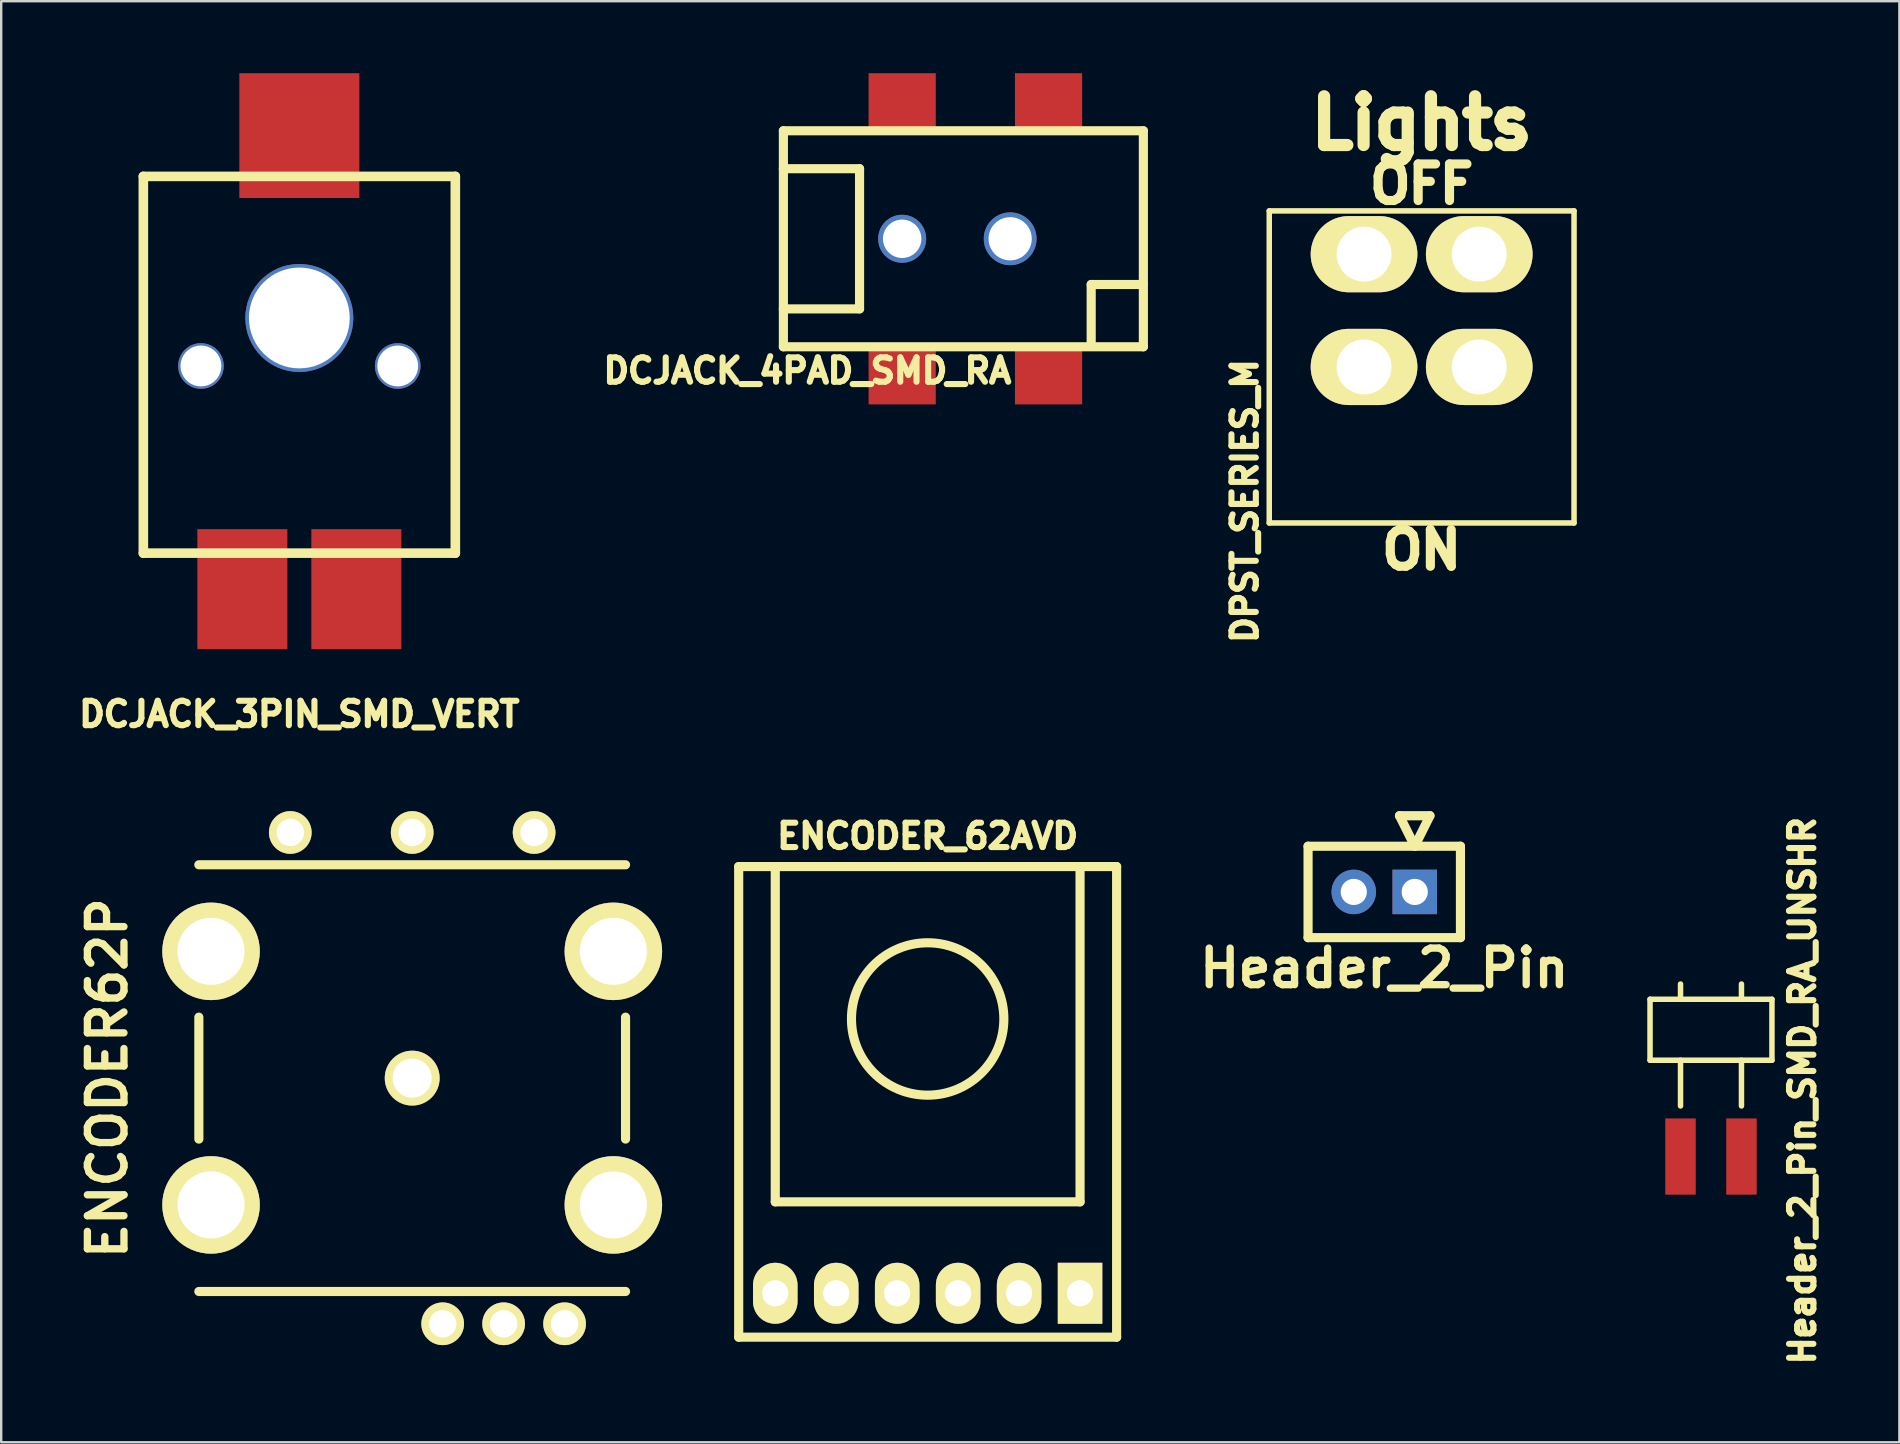
<source format=kicad_pcb>
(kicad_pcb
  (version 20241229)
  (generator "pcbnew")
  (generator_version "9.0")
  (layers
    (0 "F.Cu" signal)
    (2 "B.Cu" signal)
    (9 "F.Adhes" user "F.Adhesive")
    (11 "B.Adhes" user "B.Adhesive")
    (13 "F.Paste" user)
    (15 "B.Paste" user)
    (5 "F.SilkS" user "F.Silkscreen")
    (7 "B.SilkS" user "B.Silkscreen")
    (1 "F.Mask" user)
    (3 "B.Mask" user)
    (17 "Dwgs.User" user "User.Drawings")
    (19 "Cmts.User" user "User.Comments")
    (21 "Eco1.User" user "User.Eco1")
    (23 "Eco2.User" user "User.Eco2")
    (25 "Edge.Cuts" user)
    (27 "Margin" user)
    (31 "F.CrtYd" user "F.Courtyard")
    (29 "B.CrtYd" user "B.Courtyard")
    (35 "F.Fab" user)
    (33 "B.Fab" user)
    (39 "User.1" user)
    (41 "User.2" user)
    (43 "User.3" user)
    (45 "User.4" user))
  (footprint "DPST_SERIES_M"
    (layer "F.Cu")
    (at 56.189 12.24)
    (property "Reference" "DPST_SERIES_M" (at -7.366 5.588 90) (layer "F.SilkS") (effects (font (size 1.016 1.016) (thickness 0.254))))
    (attr through_hole)
    (fp_line (start -6.35 -6.502) (end -6.35 6.502) (stroke (width 0.229) (type solid)) (layer "F.SilkS"))
    (fp_line (start -6.35 6.502) (end 6.35 6.502) (stroke (width 0.229) (type solid)) (layer "F.SilkS"))
    (fp_line (start 6.35 -6.502) (end -6.35 -6.502) (stroke (width 0.229) (type solid)) (layer "F.SilkS"))
    (fp_line (start 6.35 6.502) (end 6.35 -6.502) (stroke (width 0.229) (type solid)) (layer "F.SilkS"))
    (fp_text user "OFF" (at 0 -7.62 0) (layer "F.SilkS") (effects (font (size 1.524 1.524) (thickness 0.381))))
    (fp_text user "Lights" (at 0 -10.16 0) (layer "F.SilkS") (effects (font (size 2.032 2.032) (thickness 0.508))))
    (fp_text user "ON" (at 0 7.62 0) (layer "F.SilkS") (effects (font (size 1.524 1.524) (thickness 0.381))))
    (pad "2" thru_hole oval (at -2.4 0) (size 4.445 3.175) (drill 2.286) (layers "*.Cu" "*.Mask" "F.SilkS"))
    (pad "3" thru_hole oval (at -2.4 -4.699) (size 4.445 3.175) (drill 2.286) (layers "*.Cu" "*.Mask" "F.SilkS"))
    (pad "5" thru_hole oval (at 2.4 0) (size 4.445 3.175) (drill 2.286) (layers "*.Cu" "*.Mask" "F.SilkS"))
    (pad "6" thru_hole oval (at 2.4 -4.699) (size 4.445 3.175) (drill 2.286) (layers "*.Cu" "*.Mask" "F.SilkS")))
  (footprint "Header_2_Pin_SMD_RA_UNSHR"
    (layer "F.Cu")
    (at 68.246 39.859)
    (property "Reference" "Header_2_Pin_SMD_RA_UNSHR" (at 3.81 2.54 90) (layer "F.SilkS") (effects (font (size 1.016 1.016) (thickness 0.254))))
    (attr through_hole)
    (fp_line (start -2.54 -1.27) (end -2.54 1.27) (stroke (width 0.229) (type solid)) (layer "F.SilkS"))
    (fp_line (start -2.54 1.27) (end 2.54 1.27) (stroke (width 0.229) (type solid)) (layer "F.SilkS"))
    (fp_line (start -1.27 -1.905) (end -1.27 -1.27) (stroke (width 0.229) (type solid)) (layer "F.SilkS"))
    (fp_line (start -1.27 1.27) (end -1.27 3.175) (stroke (width 0.229) (type solid)) (layer "F.SilkS"))
    (fp_line (start 1.27 -1.905) (end 1.27 -1.27) (stroke (width 0.229) (type solid)) (layer "F.SilkS"))
    (fp_line (start 1.27 1.27) (end 1.27 3.175) (stroke (width 0.229) (type solid)) (layer "F.SilkS"))
    (fp_line (start 2.54 -1.27) (end -2.54 -1.27) (stroke (width 0.229) (type solid)) (layer "F.SilkS"))
    (fp_line (start 2.54 1.27) (end 2.54 -1.27) (stroke (width 0.229) (type solid)) (layer "F.SilkS"))
    (pad "1" smd rect (at -1.27 5.283) (size 1.27 3.175) (layers "F.Cu" "F.Mask" "F.Paste"))
    (pad "2" smd rect (at 1.27 5.283) (size 1.27 3.175) (layers "F.Cu" "F.Mask" "F.Paste")))
  (footprint "DCJACK_3PIN_SMD_VERT"
    (layer "F.Cu")
    (at 9.423 10.2)
    (property "Reference" "DCJACK_3PIN_SMD_VERT" (at 0 16.51 0) (layer "F.SilkS") (effects (font (size 1.016 1.016) (thickness 0.254))))
    (attr through_hole)
    (fp_line (start -6.5 -5.9) (end -6.5 9.8) (stroke (width 0.4) (type solid)) (layer "F.SilkS"))
    (fp_line (start -6.5 -5.9) (end 6.5 -5.9) (stroke (width 0.4) (type solid)) (layer "F.SilkS"))
    (fp_line (start -6.5 9.8) (end 6.5 9.8) (stroke (width 0.4) (type solid)) (layer "F.SilkS"))
    (fp_line (start 6.5 -5.9) (end 6.5 9.8) (stroke (width 0.4) (type solid)) (layer "F.SilkS"))
    (pad "" thru_hole circle (at -4.1 2) (size 1.9 1.9) (drill 1.7) (layers "*.Cu" "*.Mask"))
    (pad "" thru_hole circle (at 0 0) (size 4.5 4.5) (drill 4.2) (layers "*.Cu" "*.Mask"))
    (pad "" thru_hole circle (at 4.1 2) (size 1.9 1.9) (drill 1.7) (layers "*.Cu" "*.Mask"))
    (pad "1" smd rect (at 0 -7.6) (size 5 5.2) (layers "F.Cu" "F.Mask" "F.Paste"))
    (pad "2" smd rect (at -2.375 11.3) (size 3.75 5) (layers "F.Cu" "F.Mask" "F.Paste"))
    (pad "3" smd rect (at 2.375 11.3) (size 3.75 5) (layers "F.Cu" "F.Mask" "F.Paste")))
  (footprint "ENCODER62P"
    (layer "F.Cu")
    (at 14.126 41.875)
    (property "Reference" "ENCODER62P" (at -12.7 0 90) (layer "F.SilkS") (effects (font (size 1.524 1.524) (thickness 0.305))))
    (attr through_hole)
    (fp_line (start -8.89 -2.54) (end -8.89 2.54) (stroke (width 0.381) (type solid)) (layer "F.SilkS"))
    (fp_line (start -8.89 8.89) (end 8.89 8.89) (stroke (width 0.381) (type solid)) (layer "F.SilkS"))
    (fp_line (start 8.89 -8.89) (end -8.89 -8.89) (stroke (width 0.381) (type solid)) (layer "F.SilkS"))
    (fp_line (start 8.89 2.54) (end 8.89 -2.54) (stroke (width 0.381) (type solid)) (layer "F.SilkS"))
    (pad "" thru_hole circle (at -8.382 -5.283) (size 4.064 4.064) (drill 2.794) (layers "*.Cu" "*.Mask" "F.SilkS"))
    (pad "" thru_hole circle (at -8.382 5.283) (size 4.064 4.064) (drill 2.794) (layers "*.Cu" "*.Mask" "F.SilkS"))
    (pad "" thru_hole circle (at 0 0) (size 2.286 2.286) (drill 1.626) (layers "*.Cu" "*.Mask" "F.SilkS"))
    (pad "" thru_hole circle (at 8.382 -5.283) (size 4.064 4.064) (drill 2.794) (layers "*.Cu" "*.Mask" "F.SilkS"))
    (pad "" thru_hole circle (at 8.382 5.283) (size 4.064 4.064) (drill 2.794) (layers "*.Cu" "*.Mask" "F.SilkS"))
    (pad "1" thru_hole circle (at 6.35 10.236) (size 1.778 1.778) (drill 1.143) (layers "*.Cu" "*.Mask" "F.SilkS"))
    (pad "2" thru_hole circle (at 3.81 10.236) (size 1.778 1.778) (drill 1.143) (layers "*.Cu" "*.Mask" "F.SilkS"))
    (pad "3" thru_hole circle (at 1.27 10.236) (size 1.778 1.778) (drill 1.143) (layers "*.Cu" "*.Mask" "F.SilkS"))
    (pad "4" thru_hole circle (at 5.08 -10.236) (size 1.778 1.778) (drill 1.143) (layers "*.Cu" "*.Mask" "F.SilkS"))
    (pad "5" thru_hole circle (at 0 -10.236) (size 1.778 1.778) (drill 1.143) (layers "*.Cu" "*.Mask" "F.SilkS"))
    (pad "6" thru_hole circle (at -5.08 -10.236) (size 1.778 1.778) (drill 1.143) (layers "*.Cu" "*.Mask" "F.SilkS")))
  (footprint "ENCODER_62AVD"
    (layer "F.Cu")
    (at 35.605 39.41)
    (property "Reference" "ENCODER_62AVD" (at 0 -7.62 0) (layer "F.SilkS") (effects (font (size 1.016 1.016) (thickness 0.254))))
    (attr through_hole)
    (fp_line (start -7.874 -6.35) (end -7.874 13.259) (stroke (width 0.381) (type solid)) (layer "F.SilkS"))
    (fp_line (start -7.874 13.259) (end 7.874 13.259) (stroke (width 0.381) (type solid)) (layer "F.SilkS"))
    (fp_line (start -6.35 -6.35) (end -6.35 7.62) (stroke (width 0.381) (type solid)) (layer "F.SilkS"))
    (fp_line (start -6.35 7.62) (end 6.35 7.62) (stroke (width 0.381) (type solid)) (layer "F.SilkS"))
    (fp_line (start 6.35 7.62) (end 6.35 -6.35) (stroke (width 0.381) (type solid)) (layer "F.SilkS"))
    (fp_line (start 7.874 -6.35) (end -7.874 -6.35) (stroke (width 0.381) (type solid)) (layer "F.SilkS"))
    (fp_line (start 7.874 -6.35) (end 7.874 13.259) (stroke (width 0.381) (type solid)) (layer "F.SilkS"))
    (fp_circle (center 0 0) (end 3.175 0) (stroke (width 0.381) (type solid)) (fill no) (layer "F.SilkS"))
    (pad "1" thru_hole rect (at 6.35 11.43) (size 1.854 2.54) (drill 1.092) (layers "*.Cu" "*.Mask" "F.SilkS"))
    (pad "2" thru_hole oval (at 3.81 11.43) (size 1.854 2.54) (drill 1.092) (layers "*.Cu" "*.Mask" "F.SilkS"))
    (pad "3" thru_hole oval (at 1.27 11.43) (size 1.854 2.54) (drill 1.092) (layers "*.Cu" "*.Mask" "F.SilkS"))
    (pad "4" thru_hole oval (at -1.27 11.43) (size 1.854 2.54) (drill 1.092) (layers "*.Cu" "*.Mask" "F.SilkS"))
    (pad "5" thru_hole oval (at -3.81 11.43) (size 1.854 2.54) (drill 1.092) (layers "*.Cu" "*.Mask" "F.SilkS"))
    (pad "6" thru_hole oval (at -6.35 11.43) (size 1.854 2.54) (drill 1.092) (layers "*.Cu" "*.Mask" "F.SilkS")))
  (footprint "DCJACK_4PAD_SMD_RA"
    (layer "F.Cu")
    (at 37.593 6.9)
    (property "Reference" "DCJACK_4PAD_SMD_RA" (at -7 5.5 0) (layer "F.SilkS") (effects (font (size 1.016 1.016) (thickness 0.254))))
    (attr through_hole)
    (fp_line (start -8.001 -2.921) (end -4.826 -2.921) (stroke (width 0.381) (type solid)) (layer "F.SilkS"))
    (fp_line (start -8 -4.5) (end -8 4.5) (stroke (width 0.381) (type solid)) (layer "F.SilkS"))
    (fp_line (start -8 4.5) (end 7 4.5) (stroke (width 0.381) (type solid)) (layer "F.SilkS"))
    (fp_line (start -4.826 -2.921) (end -4.826 2.921) (stroke (width 0.381) (type solid)) (layer "F.SilkS"))
    (fp_line (start -4.826 2.921) (end -8.001 2.921) (stroke (width 0.381) (type solid)) (layer "F.SilkS"))
    (fp_line (start 4.826 1.905) (end 6.985 1.905) (stroke (width 0.381) (type solid)) (layer "F.SilkS"))
    (fp_line (start 4.826 4.445) (end 4.826 1.905) (stroke (width 0.381) (type solid)) (layer "F.SilkS"))
    (fp_line (start 7 -4.5) (end -8 -4.5) (stroke (width 0.381) (type solid)) (layer "F.SilkS"))
    (fp_line (start 7 4.5) (end 7 -4.5) (stroke (width 0.381) (type solid)) (layer "F.SilkS"))
    (pad "" thru_hole circle (at -3.05 0) (size 2 2) (drill 1.6) (layers "*.Cu" "*.Mask"))
    (pad "" thru_hole circle (at 1.45 0) (size 2.2 2.2) (drill 1.8) (layers "*.Cu" "*.Mask"))
    (pad "1" smd rect (at -3.05 -5.7) (size 2.8 2.4) (layers "F.Cu" "F.Mask" "F.Paste"))
    (pad "1" smd rect (at 3.05 -5.7) (size 2.8 2.4) (layers "F.Cu" "F.Mask" "F.Paste"))
    (pad "2" smd rect (at -3.05 5.7) (size 2.8 2.4) (layers "F.Cu" "F.Mask" "F.Paste"))
    (pad "3" smd rect (at 3.05 5.7) (size 2.8 2.4) (layers "F.Cu" "F.Mask" "F.Paste")))
  (footprint "Header_2_Pin"
    (layer "F.Cu")
    (at 54.631 34.116)
    (property "Reference" "Header_2_Pin" (at 0 3.175 0) (layer "F.SilkS") (effects (font (size 1.524 1.524) (thickness 0.305))))
    (attr through_hole)
    (fp_line (start -3.175 -1.905) (end -3.175 1.905) (stroke (width 0.381) (type solid)) (layer "F.SilkS"))
    (fp_line (start 0.635 -3.175) (end 1.27 -1.905) (stroke (width 0.381) (type solid)) (layer "F.SilkS"))
    (fp_line (start 1.27 -1.905) (end 1.905 -3.175) (stroke (width 0.381) (type solid)) (layer "F.SilkS"))
    (fp_line (start 1.905 -3.175) (end 0.635 -3.175) (stroke (width 0.381) (type solid)) (layer "F.SilkS"))
    (fp_line (start 3.175 -1.905) (end -3.175 -1.905) (stroke (width 0.381) (type solid)) (layer "F.SilkS"))
    (fp_line (start 3.175 1.905) (end -3.175 1.905) (stroke (width 0.381) (type solid)) (layer "F.SilkS"))
    (fp_line (start 3.175 1.905) (end 3.175 -1.905) (stroke (width 0.381) (type solid)) (layer "F.SilkS"))
    (pad "1" thru_hole rect (at 1.27 0) (size 1.854 1.854) (drill 1.092) (layers "*.Cu" "*.Mask"))
    (pad "2" thru_hole circle (at -1.27 0) (size 1.854 1.854) (drill 1.092) (layers "*.Cu" "*.Mask")))
  (gr_rect
    (start -3 -3)
    (end 76.096 57.048)
    (stroke (width 0.1) (type default))
    (fill no)
    (layer "Edge.Cuts")))
</source>
